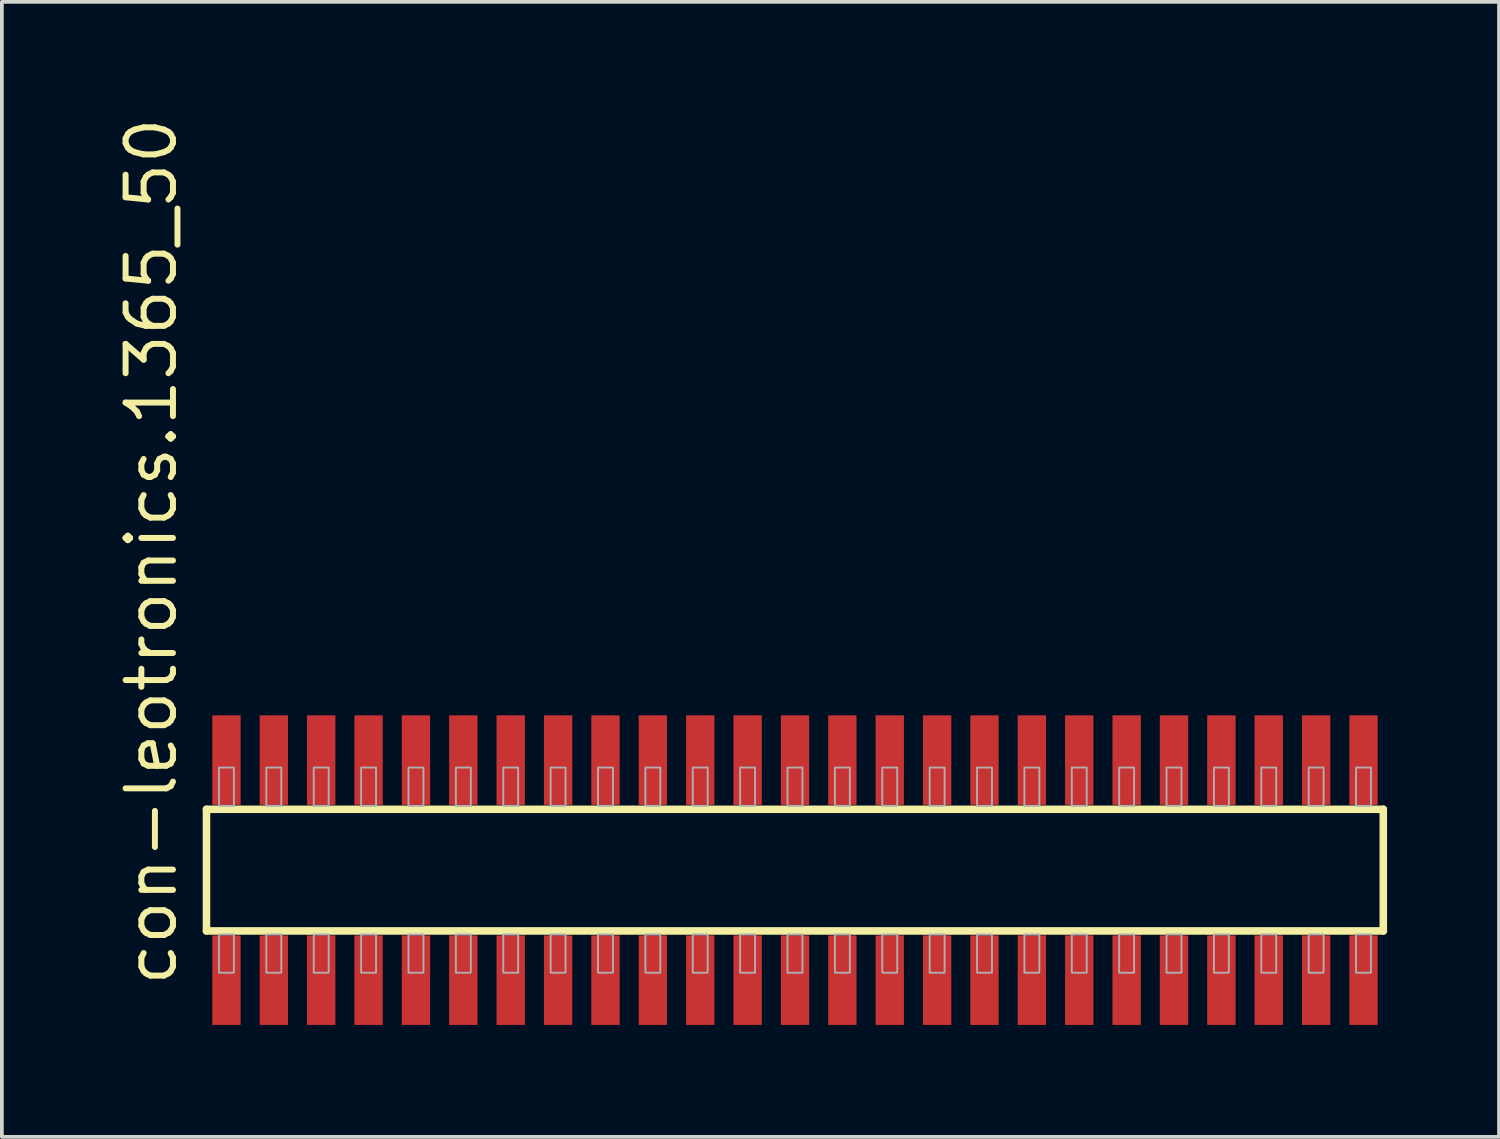
<source format=kicad_pcb>
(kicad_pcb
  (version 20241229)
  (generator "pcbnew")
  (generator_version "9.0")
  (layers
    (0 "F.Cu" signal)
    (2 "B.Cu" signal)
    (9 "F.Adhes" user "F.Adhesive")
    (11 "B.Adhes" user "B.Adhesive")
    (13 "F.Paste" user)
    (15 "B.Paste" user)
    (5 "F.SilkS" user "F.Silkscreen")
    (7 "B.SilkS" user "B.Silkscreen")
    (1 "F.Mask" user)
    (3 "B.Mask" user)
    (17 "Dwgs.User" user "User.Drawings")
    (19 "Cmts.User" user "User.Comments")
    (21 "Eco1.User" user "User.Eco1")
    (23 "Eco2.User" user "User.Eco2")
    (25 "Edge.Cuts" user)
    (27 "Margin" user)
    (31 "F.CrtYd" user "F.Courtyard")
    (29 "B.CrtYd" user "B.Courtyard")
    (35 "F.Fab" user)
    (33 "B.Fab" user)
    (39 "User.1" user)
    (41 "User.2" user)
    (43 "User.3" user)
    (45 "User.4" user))
  (footprint "con-leotronics.1365_50"
    (layer "F.Cu")
    (at 18.26 20.274)
    (property "Reference" "con-leotronics.1365_50" (at -16.51 3.175 90) (layer "F.SilkS") (effects (font (size 1.27 1.27) (thickness 0.16)) (justify left bottom)))
    (attr smd)
    (fp_line (start -15.775 -1.63) (end 15.77 -1.63) (stroke (width 0.203) (type default)) (layer "F.SilkS"))
    (fp_line (start -15.775 1.63) (end -15.775 -1.63) (stroke (width 0.203) (type default)) (layer "F.SilkS"))
    (fp_line (start 15.77 -1.63) (end 15.77 1.63) (stroke (width 0.203) (type default)) (layer "F.SilkS"))
    (fp_line (start 15.77 1.63) (end -15.775 1.63) (stroke (width 0.203) (type default)) (layer "F.SilkS"))
    (fp_rect (start -15.44 -1.725) (end -15.04 -2.75) (stroke (width 0.05) (type default)) (fill no) (layer "F.Fab"))
    (fp_rect (start -15.44 2.75) (end -15.04 1.725) (stroke (width 0.05) (type default)) (fill no) (layer "F.Fab"))
    (fp_rect (start -14.17 -1.725) (end -13.77 -2.75) (stroke (width 0.05) (type default)) (fill no) (layer "F.Fab"))
    (fp_rect (start -14.17 2.75) (end -13.77 1.725) (stroke (width 0.05) (type default)) (fill no) (layer "F.Fab"))
    (fp_rect (start -12.9 -1.725) (end -12.5 -2.75) (stroke (width 0.05) (type default)) (fill no) (layer "F.Fab"))
    (fp_rect (start -12.9 2.75) (end -12.5 1.725) (stroke (width 0.05) (type default)) (fill no) (layer "F.Fab"))
    (fp_rect (start -11.63 -1.725) (end -11.23 -2.75) (stroke (width 0.05) (type default)) (fill no) (layer "F.Fab"))
    (fp_rect (start -11.63 2.75) (end -11.23 1.725) (stroke (width 0.05) (type default)) (fill no) (layer "F.Fab"))
    (fp_rect (start -10.36 -1.725) (end -9.96 -2.75) (stroke (width 0.05) (type default)) (fill no) (layer "F.Fab"))
    (fp_rect (start -10.36 2.75) (end -9.96 1.725) (stroke (width 0.05) (type default)) (fill no) (layer "F.Fab"))
    (fp_rect (start -9.09 -1.725) (end -8.69 -2.75) (stroke (width 0.05) (type default)) (fill no) (layer "F.Fab"))
    (fp_rect (start -9.09 2.75) (end -8.69 1.725) (stroke (width 0.05) (type default)) (fill no) (layer "F.Fab"))
    (fp_rect (start -7.82 -1.725) (end -7.42 -2.75) (stroke (width 0.05) (type default)) (fill no) (layer "F.Fab"))
    (fp_rect (start -7.82 2.75) (end -7.42 1.725) (stroke (width 0.05) (type default)) (fill no) (layer "F.Fab"))
    (fp_rect (start -6.55 -1.725) (end -6.15 -2.75) (stroke (width 0.05) (type default)) (fill no) (layer "F.Fab"))
    (fp_rect (start -6.55 2.75) (end -6.15 1.725) (stroke (width 0.05) (type default)) (fill no) (layer "F.Fab"))
    (fp_rect (start -5.28 -1.725) (end -4.88 -2.75) (stroke (width 0.05) (type default)) (fill no) (layer "F.Fab"))
    (fp_rect (start -5.28 2.75) (end -4.88 1.725) (stroke (width 0.05) (type default)) (fill no) (layer "F.Fab"))
    (fp_rect (start -4.01 -1.725) (end -3.61 -2.75) (stroke (width 0.05) (type default)) (fill no) (layer "F.Fab"))
    (fp_rect (start -4.01 2.75) (end -3.61 1.725) (stroke (width 0.05) (type default)) (fill no) (layer "F.Fab"))
    (fp_rect (start -2.74 -1.725) (end -2.34 -2.75) (stroke (width 0.05) (type default)) (fill no) (layer "F.Fab"))
    (fp_rect (start -2.74 2.75) (end -2.34 1.725) (stroke (width 0.05) (type default)) (fill no) (layer "F.Fab"))
    (fp_rect (start -1.47 -1.725) (end -1.07 -2.75) (stroke (width 0.05) (type default)) (fill no) (layer "F.Fab"))
    (fp_rect (start -1.47 2.75) (end -1.07 1.725) (stroke (width 0.05) (type default)) (fill no) (layer "F.Fab"))
    (fp_rect (start -0.2 -1.725) (end 0.2 -2.75) (stroke (width 0.05) (type default)) (fill no) (layer "F.Fab"))
    (fp_rect (start -0.2 2.75) (end 0.2 1.725) (stroke (width 0.05) (type default)) (fill no) (layer "F.Fab"))
    (fp_rect (start 1.07 -1.725) (end 1.47 -2.75) (stroke (width 0.05) (type default)) (fill no) (layer "F.Fab"))
    (fp_rect (start 1.07 2.75) (end 1.47 1.725) (stroke (width 0.05) (type default)) (fill no) (layer "F.Fab"))
    (fp_rect (start 2.34 -1.725) (end 2.74 -2.75) (stroke (width 0.05) (type default)) (fill no) (layer "F.Fab"))
    (fp_rect (start 2.34 2.75) (end 2.74 1.725) (stroke (width 0.05) (type default)) (fill no) (layer "F.Fab"))
    (fp_rect (start 3.61 -1.725) (end 4.01 -2.75) (stroke (width 0.05) (type default)) (fill no) (layer "F.Fab"))
    (fp_rect (start 3.61 2.75) (end 4.01 1.725) (stroke (width 0.05) (type default)) (fill no) (layer "F.Fab"))
    (fp_rect (start 4.88 -1.725) (end 5.28 -2.75) (stroke (width 0.05) (type default)) (fill no) (layer "F.Fab"))
    (fp_rect (start 4.88 2.75) (end 5.28 1.725) (stroke (width 0.05) (type default)) (fill no) (layer "F.Fab"))
    (fp_rect (start 6.15 -1.725) (end 6.55 -2.75) (stroke (width 0.05) (type default)) (fill no) (layer "F.Fab"))
    (fp_rect (start 6.15 2.75) (end 6.55 1.725) (stroke (width 0.05) (type default)) (fill no) (layer "F.Fab"))
    (fp_rect (start 7.42 -1.725) (end 7.82 -2.75) (stroke (width 0.05) (type default)) (fill no) (layer "F.Fab"))
    (fp_rect (start 7.42 2.75) (end 7.82 1.725) (stroke (width 0.05) (type default)) (fill no) (layer "F.Fab"))
    (fp_rect (start 8.69 -1.725) (end 9.09 -2.75) (stroke (width 0.05) (type default)) (fill no) (layer "F.Fab"))
    (fp_rect (start 8.69 2.75) (end 9.09 1.725) (stroke (width 0.05) (type default)) (fill no) (layer "F.Fab"))
    (fp_rect (start 9.96 -1.725) (end 10.36 -2.75) (stroke (width 0.05) (type default)) (fill no) (layer "F.Fab"))
    (fp_rect (start 9.96 2.75) (end 10.36 1.725) (stroke (width 0.05) (type default)) (fill no) (layer "F.Fab"))
    (fp_rect (start 11.23 -1.725) (end 11.63 -2.75) (stroke (width 0.05) (type default)) (fill no) (layer "F.Fab"))
    (fp_rect (start 11.23 2.75) (end 11.63 1.725) (stroke (width 0.05) (type default)) (fill no) (layer "F.Fab"))
    (fp_rect (start 12.5 -1.725) (end 12.9 -2.75) (stroke (width 0.05) (type default)) (fill no) (layer "F.Fab"))
    (fp_rect (start 12.5 2.75) (end 12.9 1.725) (stroke (width 0.05) (type default)) (fill no) (layer "F.Fab"))
    (fp_rect (start 13.77 -1.725) (end 14.17 -2.75) (stroke (width 0.05) (type default)) (fill no) (layer "F.Fab"))
    (fp_rect (start 13.77 2.75) (end 14.17 1.725) (stroke (width 0.05) (type default)) (fill no) (layer "F.Fab"))
    (fp_rect (start 15.04 -1.725) (end 15.44 -2.75) (stroke (width 0.05) (type default)) (fill no) (layer "F.Fab"))
    (fp_rect (start 15.04 2.75) (end 15.44 1.725) (stroke (width 0.05) (type default)) (fill no) (layer "F.Fab"))
    (pad "1" smd roundrect (at -15.24 2.95) (size 0.76 2.4) (layers "F.Cu" "F.Mask" "F.Paste") (roundrect_rratio 0.01))
    (pad "2" smd roundrect (at -15.24 -2.95) (size 0.76 2.4) (layers "F.Cu" "F.Mask" "F.Paste") (roundrect_rratio 0.01))
    (pad "3" smd roundrect (at -13.97 2.95) (size 0.76 2.4) (layers "F.Cu" "F.Mask" "F.Paste") (roundrect_rratio 0.01))
    (pad "4" smd roundrect (at -13.97 -2.95) (size 0.76 2.4) (layers "F.Cu" "F.Mask" "F.Paste") (roundrect_rratio 0.01))
    (pad "5" smd roundrect (at -12.7 2.95) (size 0.76 2.4) (layers "F.Cu" "F.Mask" "F.Paste") (roundrect_rratio 0.01))
    (pad "6" smd roundrect (at -12.7 -2.95) (size 0.76 2.4) (layers "F.Cu" "F.Mask" "F.Paste") (roundrect_rratio 0.01))
    (pad "7" smd roundrect (at -11.43 2.95) (size 0.76 2.4) (layers "F.Cu" "F.Mask" "F.Paste") (roundrect_rratio 0.01))
    (pad "8" smd roundrect (at -11.43 -2.95) (size 0.76 2.4) (layers "F.Cu" "F.Mask" "F.Paste") (roundrect_rratio 0.01))
    (pad "9" smd roundrect (at -10.16 2.95) (size 0.76 2.4) (layers "F.Cu" "F.Mask" "F.Paste") (roundrect_rratio 0.01))
    (pad "10" smd roundrect (at -10.16 -2.95) (size 0.76 2.4) (layers "F.Cu" "F.Mask" "F.Paste") (roundrect_rratio 0.01))
    (pad "11" smd roundrect (at -8.89 2.95) (size 0.76 2.4) (layers "F.Cu" "F.Mask" "F.Paste") (roundrect_rratio 0.01))
    (pad "12" smd roundrect (at -8.89 -2.95) (size 0.76 2.4) (layers "F.Cu" "F.Mask" "F.Paste") (roundrect_rratio 0.01))
    (pad "13" smd roundrect (at -7.62 2.95) (size 0.76 2.4) (layers "F.Cu" "F.Mask" "F.Paste") (roundrect_rratio 0.01))
    (pad "14" smd roundrect (at -7.62 -2.95) (size 0.76 2.4) (layers "F.Cu" "F.Mask" "F.Paste") (roundrect_rratio 0.01))
    (pad "15" smd roundrect (at -6.35 2.95) (size 0.76 2.4) (layers "F.Cu" "F.Mask" "F.Paste") (roundrect_rratio 0.01))
    (pad "16" smd roundrect (at -6.35 -2.95) (size 0.76 2.4) (layers "F.Cu" "F.Mask" "F.Paste") (roundrect_rratio 0.01))
    (pad "17" smd roundrect (at -5.08 2.95) (size 0.76 2.4) (layers "F.Cu" "F.Mask" "F.Paste") (roundrect_rratio 0.01))
    (pad "18" smd roundrect (at -5.08 -2.95) (size 0.76 2.4) (layers "F.Cu" "F.Mask" "F.Paste") (roundrect_rratio 0.01))
    (pad "19" smd roundrect (at -3.81 2.95) (size 0.76 2.4) (layers "F.Cu" "F.Mask" "F.Paste") (roundrect_rratio 0.01))
    (pad "20" smd roundrect (at -3.81 -2.95) (size 0.76 2.4) (layers "F.Cu" "F.Mask" "F.Paste") (roundrect_rratio 0.01))
    (pad "21" smd roundrect (at -2.54 2.95) (size 0.76 2.4) (layers "F.Cu" "F.Mask" "F.Paste") (roundrect_rratio 0.01))
    (pad "22" smd roundrect (at -2.54 -2.95) (size 0.76 2.4) (layers "F.Cu" "F.Mask" "F.Paste") (roundrect_rratio 0.01))
    (pad "23" smd roundrect (at -1.27 2.95) (size 0.76 2.4) (layers "F.Cu" "F.Mask" "F.Paste") (roundrect_rratio 0.01))
    (pad "24" smd roundrect (at -1.27 -2.95) (size 0.76 2.4) (layers "F.Cu" "F.Mask" "F.Paste") (roundrect_rratio 0.01))
    (pad "25" smd roundrect (at 0 2.95) (size 0.76 2.4) (layers "F.Cu" "F.Mask" "F.Paste") (roundrect_rratio 0.01))
    (pad "26" smd roundrect (at 0 -2.95) (size 0.76 2.4) (layers "F.Cu" "F.Mask" "F.Paste") (roundrect_rratio 0.01))
    (pad "27" smd roundrect (at 1.27 2.95) (size 0.76 2.4) (layers "F.Cu" "F.Mask" "F.Paste") (roundrect_rratio 0.01))
    (pad "28" smd roundrect (at 1.27 -2.95) (size 0.76 2.4) (layers "F.Cu" "F.Mask" "F.Paste") (roundrect_rratio 0.01))
    (pad "29" smd roundrect (at 2.54 2.95) (size 0.76 2.4) (layers "F.Cu" "F.Mask" "F.Paste") (roundrect_rratio 0.01))
    (pad "30" smd roundrect (at 2.54 -2.95) (size 0.76 2.4) (layers "F.Cu" "F.Mask" "F.Paste") (roundrect_rratio 0.01))
    (pad "31" smd roundrect (at 3.81 2.95) (size 0.76 2.4) (layers "F.Cu" "F.Mask" "F.Paste") (roundrect_rratio 0.01))
    (pad "32" smd roundrect (at 3.81 -2.95) (size 0.76 2.4) (layers "F.Cu" "F.Mask" "F.Paste") (roundrect_rratio 0.01))
    (pad "33" smd roundrect (at 5.08 2.95) (size 0.76 2.4) (layers "F.Cu" "F.Mask" "F.Paste") (roundrect_rratio 0.01))
    (pad "34" smd roundrect (at 5.08 -2.95) (size 0.76 2.4) (layers "F.Cu" "F.Mask" "F.Paste") (roundrect_rratio 0.01))
    (pad "35" smd roundrect (at 6.35 2.95) (size 0.76 2.4) (layers "F.Cu" "F.Mask" "F.Paste") (roundrect_rratio 0.01))
    (pad "36" smd roundrect (at 6.35 -2.95) (size 0.76 2.4) (layers "F.Cu" "F.Mask" "F.Paste") (roundrect_rratio 0.01))
    (pad "37" smd roundrect (at 7.62 2.95) (size 0.76 2.4) (layers "F.Cu" "F.Mask" "F.Paste") (roundrect_rratio 0.01))
    (pad "38" smd roundrect (at 7.62 -2.95) (size 0.76 2.4) (layers "F.Cu" "F.Mask" "F.Paste") (roundrect_rratio 0.01))
    (pad "39" smd roundrect (at 8.89 2.95) (size 0.76 2.4) (layers "F.Cu" "F.Mask" "F.Paste") (roundrect_rratio 0.01))
    (pad "40" smd roundrect (at 8.89 -2.95) (size 0.76 2.4) (layers "F.Cu" "F.Mask" "F.Paste") (roundrect_rratio 0.01))
    (pad "41" smd roundrect (at 10.16 2.95) (size 0.76 2.4) (layers "F.Cu" "F.Mask" "F.Paste") (roundrect_rratio 0.01))
    (pad "42" smd roundrect (at 10.16 -2.95) (size 0.76 2.4) (layers "F.Cu" "F.Mask" "F.Paste") (roundrect_rratio 0.01))
    (pad "43" smd roundrect (at 11.43 2.95) (size 0.76 2.4) (layers "F.Cu" "F.Mask" "F.Paste") (roundrect_rratio 0.01))
    (pad "44" smd roundrect (at 11.43 -2.95) (size 0.76 2.4) (layers "F.Cu" "F.Mask" "F.Paste") (roundrect_rratio 0.01))
    (pad "45" smd roundrect (at 12.7 2.95) (size 0.76 2.4) (layers "F.Cu" "F.Mask" "F.Paste") (roundrect_rratio 0.01))
    (pad "46" smd roundrect (at 12.7 -2.95) (size 0.76 2.4) (layers "F.Cu" "F.Mask" "F.Paste") (roundrect_rratio 0.01))
    (pad "47" smd roundrect (at 13.97 2.95) (size 0.76 2.4) (layers "F.Cu" "F.Mask" "F.Paste") (roundrect_rratio 0.01))
    (pad "48" smd roundrect (at 13.97 -2.95) (size 0.76 2.4) (layers "F.Cu" "F.Mask" "F.Paste") (roundrect_rratio 0.01))
    (pad "49" smd roundrect (at 15.24 2.95) (size 0.76 2.4) (layers "F.Cu" "F.Mask" "F.Paste") (roundrect_rratio 0.01))
    (pad "50" smd roundrect (at 15.24 -2.95) (size 0.76 2.4) (layers "F.Cu" "F.Mask" "F.Paste") (roundrect_rratio 0.01)))
  (gr_rect
    (start -3 -3)
    (end 37.132 27.424)
    (stroke (width 0.1) (type default))
    (fill no)
    (layer "Edge.Cuts")))
</source>
